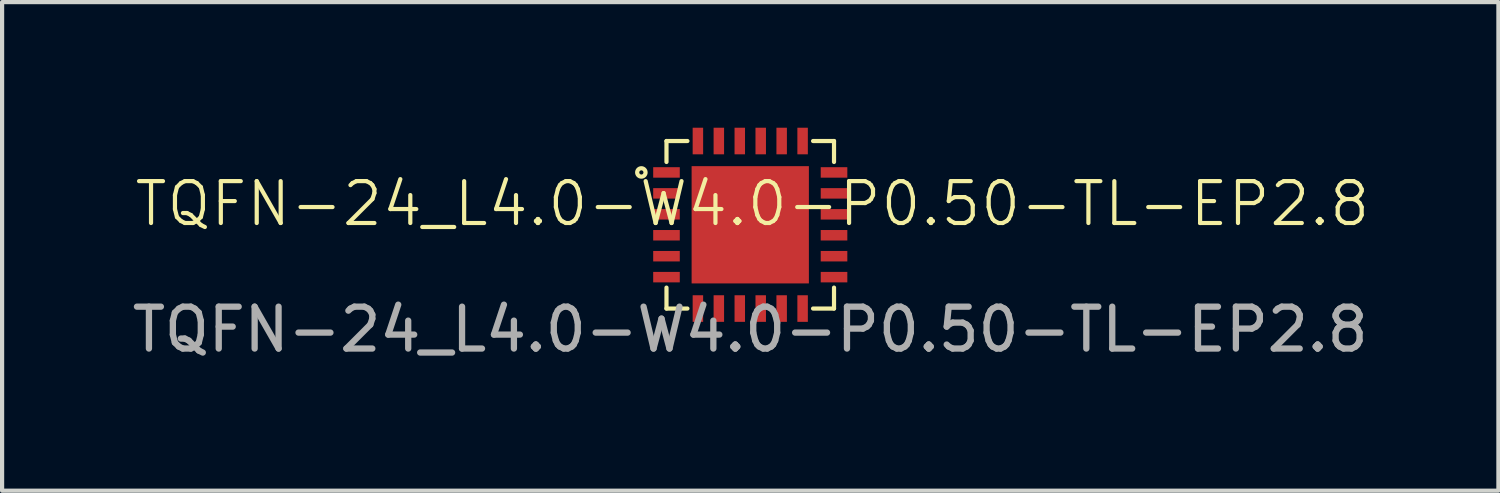
<source format=kicad_pcb>
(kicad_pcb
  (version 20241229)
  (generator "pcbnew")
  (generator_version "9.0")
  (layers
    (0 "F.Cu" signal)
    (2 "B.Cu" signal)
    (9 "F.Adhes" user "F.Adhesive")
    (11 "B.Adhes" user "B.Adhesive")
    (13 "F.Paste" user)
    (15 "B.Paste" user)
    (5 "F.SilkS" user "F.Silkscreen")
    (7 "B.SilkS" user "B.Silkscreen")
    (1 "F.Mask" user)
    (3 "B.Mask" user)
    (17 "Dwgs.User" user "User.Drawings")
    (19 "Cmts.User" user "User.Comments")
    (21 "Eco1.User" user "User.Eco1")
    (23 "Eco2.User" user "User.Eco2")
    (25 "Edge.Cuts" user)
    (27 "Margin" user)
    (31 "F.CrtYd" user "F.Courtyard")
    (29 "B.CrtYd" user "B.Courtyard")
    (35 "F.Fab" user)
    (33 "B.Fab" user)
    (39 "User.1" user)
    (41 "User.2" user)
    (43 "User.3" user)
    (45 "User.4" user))
  (footprint "TQFN-24_L4.0-W4.0-P0.50-TL-EP2.8"
    (layer "F.Cu")
    (at 14.863 2.317)
    (property "Reference" "TQFN-24_L4.0-W4.0-P0.50-TL-EP2.8" (at 0.05 -0.5 0) (unlocked yes) (layer "F.SilkS") (effects (font (size 1 1) (thickness 0.1))))
    (attr smd)
    (fp_line (start -2 -2) (end -1.5 -2) (stroke (width 0.1) (type default)) (layer "F.SilkS"))
    (fp_line (start -2 -1.5) (end -2 -2) (stroke (width 0.1) (type default)) (layer "F.SilkS"))
    (fp_line (start -2 2) (end -2 1.5) (stroke (width 0.1) (type default)) (layer "F.SilkS"))
    (fp_line (start -1.5 2) (end -2 2) (stroke (width 0.1) (type default)) (layer "F.SilkS"))
    (fp_line (start 1.5 -2) (end 2 -2) (stroke (width 0.1) (type default)) (layer "F.SilkS"))
    (fp_line (start 2 -2) (end 2 -1.5) (stroke (width 0.1) (type default)) (layer "F.SilkS"))
    (fp_line (start 2 1.5) (end 2 2) (stroke (width 0.1) (type default)) (layer "F.SilkS"))
    (fp_line (start 2 2) (end 1.5 2) (stroke (width 0.1) (type default)) (layer "F.SilkS"))
    (fp_circle (center -2.6 -1.25) (end -2.6 -1.15) (stroke (width 0.1) (type default)) (fill no) (layer "F.SilkS"))
    (fp_text user "${REFERENCE}" (at 0 2.5 0) (unlocked yes) (layer "F.Fab") (effects (font (size 1 1) (thickness 0.15))))
    (pad "1" smd rect (at -2 -1.25 180) (size 0.635 0.25) (layers "F.Cu" "F.Mask" "F.Paste"))
    (pad "2" smd rect (at -2 -0.75 180) (size 0.635 0.25) (layers "F.Cu" "F.Mask" "F.Paste"))
    (pad "3" smd rect (at -2 -0.25 180) (size 0.635 0.25) (layers "F.Cu" "F.Mask" "F.Paste"))
    (pad "4" smd rect (at -2 0.25 180) (size 0.635 0.25) (layers "F.Cu" "F.Mask" "F.Paste"))
    (pad "5" smd rect (at -2 0.75 180) (size 0.635 0.25) (layers "F.Cu" "F.Mask" "F.Paste"))
    (pad "6" smd rect (at -2 1.25 180) (size 0.635 0.25) (layers "F.Cu" "F.Mask" "F.Paste"))
    (pad "7" smd rect (at -1.25 2 270) (size 0.635 0.25) (layers "F.Cu" "F.Mask" "F.Paste"))
    (pad "8" smd rect (at -0.75 2 270) (size 0.635 0.25) (layers "F.Cu" "F.Mask" "F.Paste"))
    (pad "9" smd rect (at -0.25 2 270) (size 0.635 0.25) (layers "F.Cu" "F.Mask" "F.Paste"))
    (pad "10" smd rect (at 0.25 2 270) (size 0.635 0.25) (layers "F.Cu" "F.Mask" "F.Paste"))
    (pad "11" smd rect (at 0.75 2 270) (size 0.635 0.25) (layers "F.Cu" "F.Mask" "F.Paste"))
    (pad "12" smd rect (at 1.25 2 270) (size 0.635 0.25) (layers "F.Cu" "F.Mask" "F.Paste"))
    (pad "13" smd rect (at 2 1.25) (size 0.635 0.25) (layers "F.Cu" "F.Mask" "F.Paste"))
    (pad "14" smd rect (at 2 0.75) (size 0.635 0.25) (layers "F.Cu" "F.Mask" "F.Paste"))
    (pad "15" smd rect (at 2 0.25) (size 0.635 0.25) (layers "F.Cu" "F.Mask" "F.Paste"))
    (pad "16" smd rect (at 2 -0.25) (size 0.635 0.25) (layers "F.Cu" "F.Mask" "F.Paste"))
    (pad "17" smd rect (at 2 -0.75) (size 0.635 0.25) (layers "F.Cu" "F.Mask" "F.Paste"))
    (pad "18" smd rect (at 2 -1.25) (size 0.635 0.25) (layers "F.Cu" "F.Mask" "F.Paste"))
    (pad "19" smd rect (at 1.25 -2 90) (size 0.635 0.25) (layers "F.Cu" "F.Mask" "F.Paste"))
    (pad "20" smd rect (at 0.75 -2 90) (size 0.635 0.25) (layers "F.Cu" "F.Mask" "F.Paste"))
    (pad "21" smd rect (at 0.25 -2 90) (size 0.635 0.25) (layers "F.Cu" "F.Mask" "F.Paste"))
    (pad "22" smd rect (at -0.25 -2 90) (size 0.635 0.25) (layers "F.Cu" "F.Mask" "F.Paste"))
    (pad "23" smd rect (at -0.75 -2 90) (size 0.635 0.25) (layers "F.Cu" "F.Mask" "F.Paste"))
    (pad "24" smd rect (at -1.25 -2 90) (size 0.635 0.25) (layers "F.Cu" "F.Mask" "F.Paste"))
    (pad "25" smd rect (at 0 0 90) (size 2.8 2.8) (layers "F.Cu" "F.Mask" "F.Paste")))
  (gr_rect
    (start -3 -3)
    (end 32.726 8.666)
    (stroke (width 0.1) (type default))
    (fill no)
    (layer "Edge.Cuts")))
</source>
